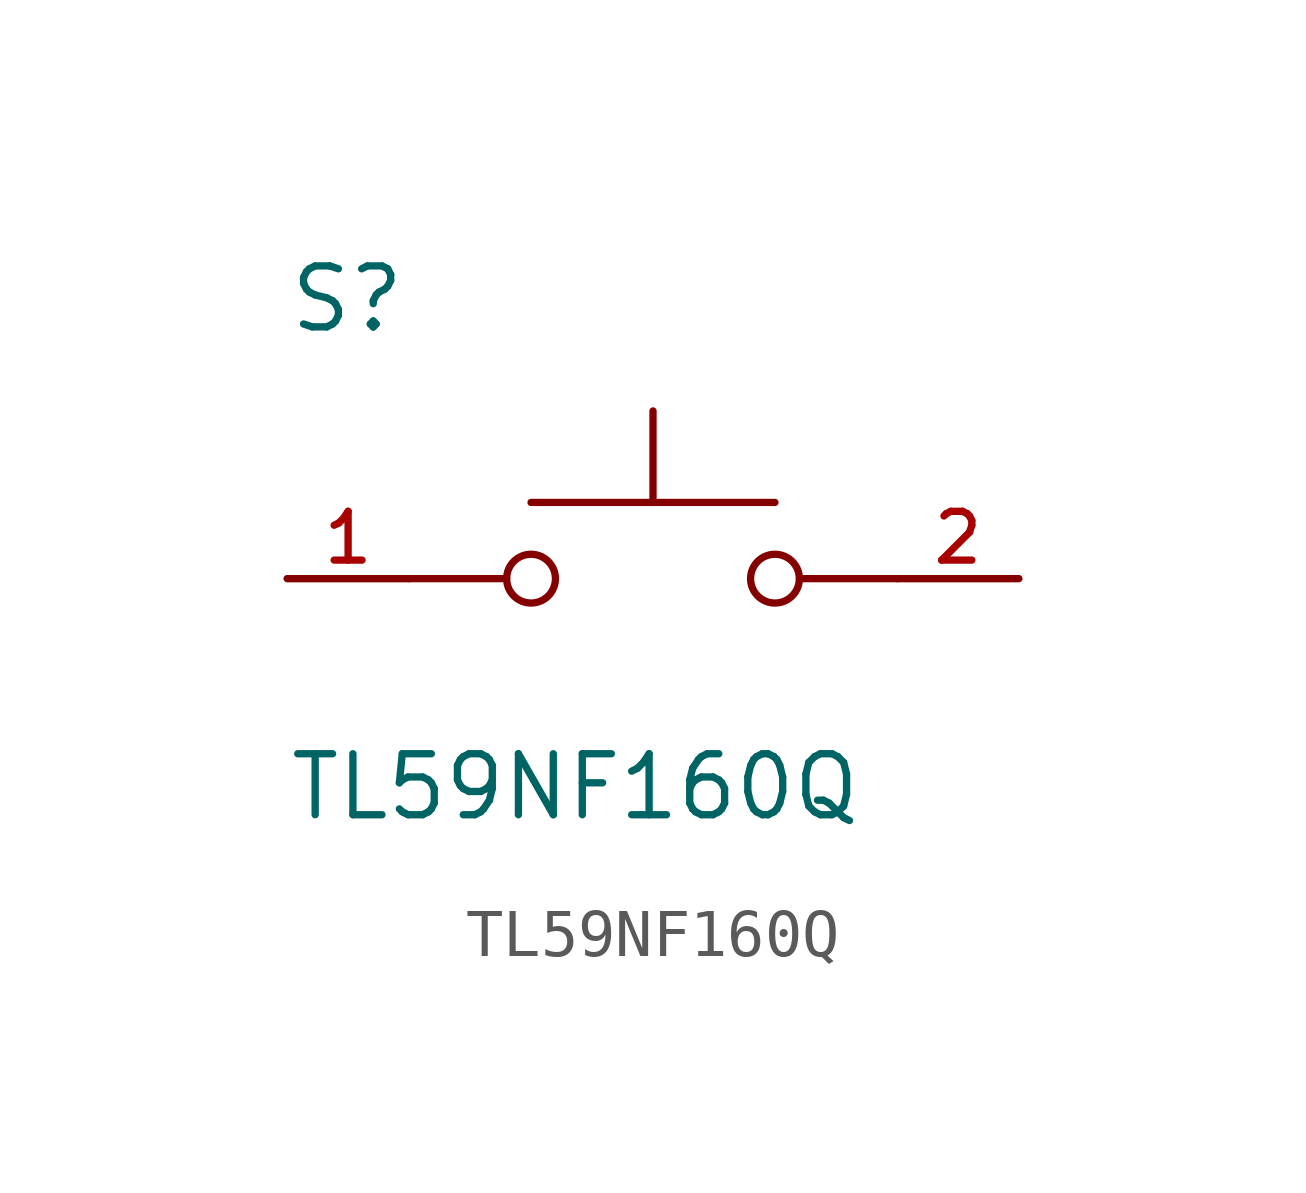
<source format=kicad_sym>
(kicad_symbol_lib
  (version 20211014)
  (generator kicad_symbol_editor)
  (symbol "TL59NF160Q"
    (pin_names
      (offset 1.016))
    (property "Reference" "S"
      (at -7.62 5.08 0)
      (effects (font (size 1.27 1.27)) (justify bottom left)))
    (property "Value" "TL59NF160Q"
      (at -7.62 -5.08 0)
      (effects (font (size 1.27 1.27)) (justify bottom left)))
    (symbol "TL59NF160Q_0_0"
      (circle (center 2.54 0.0) (radius 0.508) (stroke (width 0.152)) (fill (type none)))
      (polyline (pts (xy 5.08 0.0) (xy 3.048 0.0)) (stroke (width 0.152)))
      (polyline (pts (xy -5.08 0.0) (xy -3.048 0.0)) (stroke (width 0.152)))
      (circle (center -2.54 0.0) (radius 0.508) (stroke (width 0.152)) (fill (type none)))
      (polyline (pts (xy -2.54 1.587) (xy 0.0 1.587)) (stroke (width 0.152)))
      (polyline (pts (xy 0.0 1.587) (xy 2.54 1.587)) (stroke (width 0.152)))
      (polyline (pts (xy 0.0 1.587) (xy 0.0 3.493)) (stroke (width 0.152)))
      (pin passive line (at -7.62 0.0 0) (length 2.54) (name "~" (effects (font (size 1.016 1.016)))) (number "1" (effects (font (size 1.016 1.016)))))
      (pin passive line (at 7.62 0.0 180.0) (length 2.54) (name "~" (effects (font (size 1.016 1.016)))) (number "2" (effects (font (size 1.016 1.016))))))))
</source>
